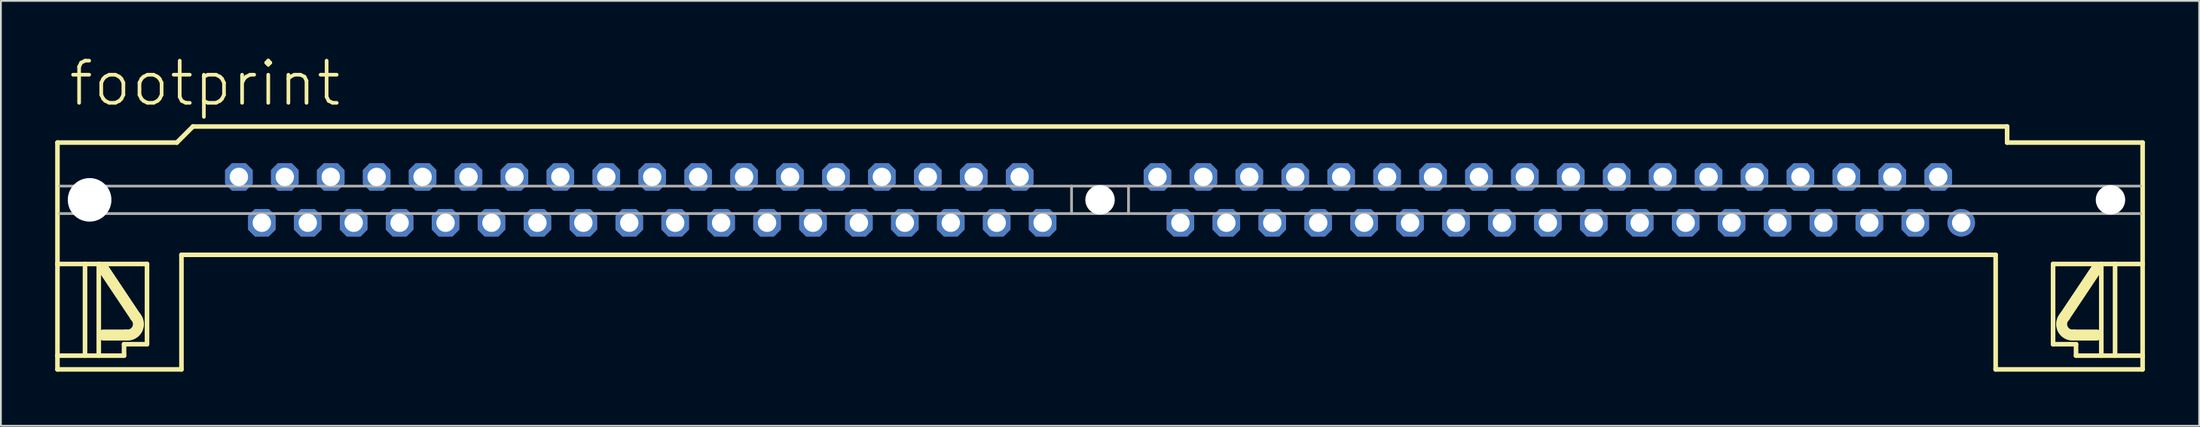
<source format=kicad_pcb>
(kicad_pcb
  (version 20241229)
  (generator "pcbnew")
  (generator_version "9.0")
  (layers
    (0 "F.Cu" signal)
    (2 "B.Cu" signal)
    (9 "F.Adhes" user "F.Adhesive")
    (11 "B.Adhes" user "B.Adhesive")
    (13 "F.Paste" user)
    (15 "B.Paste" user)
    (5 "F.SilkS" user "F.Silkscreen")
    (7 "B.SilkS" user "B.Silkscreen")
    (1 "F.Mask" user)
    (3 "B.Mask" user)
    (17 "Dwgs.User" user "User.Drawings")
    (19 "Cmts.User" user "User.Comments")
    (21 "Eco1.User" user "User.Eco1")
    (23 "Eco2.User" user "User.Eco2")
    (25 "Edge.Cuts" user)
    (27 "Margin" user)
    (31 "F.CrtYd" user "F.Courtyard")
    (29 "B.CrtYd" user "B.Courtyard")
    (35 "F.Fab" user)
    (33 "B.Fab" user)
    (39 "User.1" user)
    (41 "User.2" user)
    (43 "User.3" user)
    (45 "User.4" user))
  (footprint "footprint"
    (layer "F.Cu")
    (at 57.785 8.026)
    (property "Reference" "footprint" (at -57.15 -5.08 0) (layer "F.SilkS") (effects (font (size 2.337 2.337) (thickness 0.203)) (justify left bottom)))
    (fp_line (start -57.658 -3.175) (end -51.054 -3.175) (stroke (width 0.254) (type solid)) (layer "F.SilkS"))
    (fp_line (start -57.658 3.556) (end -57.658 -3.175) (stroke (width 0.254) (type solid)) (layer "F.SilkS"))
    (fp_line (start -57.658 3.556) (end -56.134 3.556) (stroke (width 0.254) (type solid)) (layer "F.SilkS"))
    (fp_line (start -57.658 8.636) (end -57.658 3.556) (stroke (width 0.254) (type solid)) (layer "F.SilkS"))
    (fp_line (start -57.658 8.636) (end -56.134 8.636) (stroke (width 0.254) (type solid)) (layer "F.SilkS"))
    (fp_line (start -57.658 9.398) (end -57.658 8.636) (stroke (width 0.254) (type solid)) (layer "F.SilkS"))
    (fp_line (start -57.658 9.398) (end -50.8 9.398) (stroke (width 0.254) (type solid)) (layer "F.SilkS"))
    (fp_line (start -56.134 3.556) (end -55.372 3.556) (stroke (width 0.254) (type solid)) (layer "F.SilkS"))
    (fp_line (start -56.134 8.636) (end -56.134 3.556) (stroke (width 0.254) (type solid)) (layer "F.SilkS"))
    (fp_line (start -56.134 8.636) (end -55.372 8.636) (stroke (width 0.254) (type solid)) (layer "F.SilkS"))
    (fp_line (start -55.372 3.556) (end -52.705 3.556) (stroke (width 0.254) (type solid)) (layer "F.SilkS"))
    (fp_line (start -55.372 8.636) (end -55.372 3.556) (stroke (width 0.254) (type solid)) (layer "F.SilkS"))
    (fp_line (start -55.372 8.636) (end -53.975 8.636) (stroke (width 0.254) (type solid)) (layer "F.SilkS"))
    (fp_line (start -53.975 8.001) (end -53.975 8.636) (stroke (width 0.254) (type solid)) (layer "F.SilkS"))
    (fp_line (start -53.848 7.493) (end -55.118 7.493) (stroke (width 0.61) (type solid)) (layer "F.SilkS"))
    (fp_line (start -53.34 6.477) (end -55.118 3.81) (stroke (width 0.61) (type solid)) (layer "F.SilkS"))
    (fp_line (start -52.705 3.556) (end -52.705 8.001) (stroke (width 0.254) (type solid)) (layer "F.SilkS"))
    (fp_line (start -52.705 8.001) (end -53.975 8.001) (stroke (width 0.254) (type solid)) (layer "F.SilkS"))
    (fp_line (start -51.054 -3.175) (end -50.165 -4.064) (stroke (width 0.254) (type solid)) (layer "F.SilkS"))
    (fp_line (start -50.8 3.048) (end -50.8 9.398) (stroke (width 0.254) (type solid)) (layer "F.SilkS"))
    (fp_line (start -50.8 3.048) (end 49.53 3.048) (stroke (width 0.254) (type solid)) (layer "F.SilkS"))
    (fp_line (start 49.53 3.048) (end 49.53 9.398) (stroke (width 0.254) (type solid)) (layer "F.SilkS"))
    (fp_line (start 50.165 -4.064) (end -50.165 -4.064) (stroke (width 0.254) (type solid)) (layer "F.SilkS"))
    (fp_line (start 50.165 -3.175) (end 50.165 -4.064) (stroke (width 0.254) (type solid)) (layer "F.SilkS"))
    (fp_line (start 52.705 3.556) (end 52.705 8.001) (stroke (width 0.254) (type solid)) (layer "F.SilkS"))
    (fp_line (start 52.705 8.001) (end 53.975 8.001) (stroke (width 0.254) (type solid)) (layer "F.SilkS"))
    (fp_line (start 53.34 6.477) (end 55.118 3.81) (stroke (width 0.61) (type solid)) (layer "F.SilkS"))
    (fp_line (start 53.848 7.493) (end 55.118 7.493) (stroke (width 0.61) (type solid)) (layer "F.SilkS"))
    (fp_line (start 53.975 8.001) (end 53.975 8.636) (stroke (width 0.254) (type solid)) (layer "F.SilkS"))
    (fp_line (start 55.372 3.556) (end 52.705 3.556) (stroke (width 0.254) (type solid)) (layer "F.SilkS"))
    (fp_line (start 55.372 8.636) (end 53.975 8.636) (stroke (width 0.254) (type solid)) (layer "F.SilkS"))
    (fp_line (start 55.372 8.636) (end 55.372 3.556) (stroke (width 0.254) (type solid)) (layer "F.SilkS"))
    (fp_line (start 56.134 3.556) (end 55.372 3.556) (stroke (width 0.254) (type solid)) (layer "F.SilkS"))
    (fp_line (start 56.134 8.636) (end 55.372 8.636) (stroke (width 0.254) (type solid)) (layer "F.SilkS"))
    (fp_line (start 56.134 8.636) (end 56.134 3.556) (stroke (width 0.254) (type solid)) (layer "F.SilkS"))
    (fp_line (start 57.658 -3.175) (end 50.165 -3.175) (stroke (width 0.254) (type solid)) (layer "F.SilkS"))
    (fp_line (start 57.658 3.556) (end 56.134 3.556) (stroke (width 0.254) (type solid)) (layer "F.SilkS"))
    (fp_line (start 57.658 3.556) (end 57.658 -3.175) (stroke (width 0.254) (type solid)) (layer "F.SilkS"))
    (fp_line (start 57.658 8.636) (end 56.134 8.636) (stroke (width 0.254) (type solid)) (layer "F.SilkS"))
    (fp_line (start 57.658 8.636) (end 57.658 3.556) (stroke (width 0.254) (type solid)) (layer "F.SilkS"))
    (fp_line (start 57.658 9.398) (end 49.53 9.398) (stroke (width 0.254) (type solid)) (layer "F.SilkS"))
    (fp_line (start 57.658 9.398) (end 57.658 8.636) (stroke (width 0.254) (type solid)) (layer "F.SilkS"))
    (fp_arc (start -53.3399 6.476899) (mid -53.241891 7.160996) (end -53.848 7.493) (stroke (width 0.6096) (type solid)) (layer "F.SilkS"))
    (fp_arc (start 53.848 7.492899) (mid 53.242003 7.160965) (end 53.34 6.477) (stroke (width 0.6096) (type solid)) (layer "F.SilkS"))
    (fp_line (start -57.531 -0.762) (end -1.575 -0.762) (stroke (width 0.152) (type solid)) (layer "F.Fab"))
    (fp_line (start -57.531 0.762) (end -1.575 0.762) (stroke (width 0.152) (type solid)) (layer "F.Fab"))
    (fp_line (start -1.575 -0.762) (end 1.575 -0.762) (stroke (width 0.152) (type solid)) (layer "F.Fab"))
    (fp_line (start -1.575 0.762) (end -1.575 -0.762) (stroke (width 0.152) (type solid)) (layer "F.Fab"))
    (fp_line (start -1.575 0.762) (end 1.575 0.762) (stroke (width 0.152) (type solid)) (layer "F.Fab"))
    (fp_line (start 1.575 0.762) (end 1.575 -0.762) (stroke (width 0.152) (type solid)) (layer "F.Fab"))
    (fp_line (start 57.531 -0.762) (end 1.575 -0.762) (stroke (width 0.152) (type solid)) (layer "F.Fab"))
    (fp_line (start 57.531 0.762) (end 1.575 0.762) (stroke (width 0.152) (type solid)) (layer "F.Fab"))
    (pad "" np_thru_hole circle (at -55.88 0) (size 2.413 2.413) (drill 2.413) (layers "*.Cu" "*.Mask"))
    (pad "" np_thru_hole circle (at 0 0) (size 1.626 1.626) (drill 1.626) (layers "*.Cu" "*.Mask"))
    (pad "" np_thru_hole circle (at 55.88 0) (size 1.626 1.626) (drill 1.626) (layers "*.Cu" "*.Mask"))
    (pad "1" thru_hole circle (at 47.625 1.27) (size 1.524 1.524) (drill 1.016) (layers "*.Cu" "*.Mask"))
    (pad "2" thru_hole roundrect (at 46.355 -1.27) (size 1.524 1.524) (drill 1.016) (layers "*.Cu" "*.Mask") (roundrect_rratio 0.25) (chamfer_ratio 0.25) (chamfer top_left top_right bottom_left bottom_right))
    (pad "3" thru_hole roundrect (at 45.085 1.27) (size 1.524 1.524) (drill 1.016) (layers "*.Cu" "*.Mask") (roundrect_rratio 0.25) (chamfer_ratio 0.25) (chamfer top_left top_right bottom_left bottom_right))
    (pad "4" thru_hole roundrect (at 43.815 -1.27) (size 1.524 1.524) (drill 1.016) (layers "*.Cu" "*.Mask") (roundrect_rratio 0.25) (chamfer_ratio 0.25) (chamfer top_left top_right bottom_left bottom_right))
    (pad "5" thru_hole roundrect (at 42.545 1.27) (size 1.524 1.524) (drill 1.016) (layers "*.Cu" "*.Mask") (roundrect_rratio 0.25) (chamfer_ratio 0.25) (chamfer top_left top_right bottom_left bottom_right))
    (pad "6" thru_hole roundrect (at 41.275 -1.27) (size 1.524 1.524) (drill 1.016) (layers "*.Cu" "*.Mask") (roundrect_rratio 0.25) (chamfer_ratio 0.25) (chamfer top_left top_right bottom_left bottom_right))
    (pad "7" thru_hole roundrect (at 40.005 1.27) (size 1.524 1.524) (drill 1.016) (layers "*.Cu" "*.Mask") (roundrect_rratio 0.25) (chamfer_ratio 0.25) (chamfer top_left top_right bottom_left bottom_right))
    (pad "8" thru_hole roundrect (at 38.735 -1.27) (size 1.524 1.524) (drill 1.016) (layers "*.Cu" "*.Mask") (roundrect_rratio 0.25) (chamfer_ratio 0.25) (chamfer top_left top_right bottom_left bottom_right))
    (pad "9" thru_hole roundrect (at 37.465 1.27) (size 1.524 1.524) (drill 1.016) (layers "*.Cu" "*.Mask") (roundrect_rratio 0.25) (chamfer_ratio 0.25) (chamfer top_left top_right bottom_left bottom_right))
    (pad "10" thru_hole roundrect (at 36.195 -1.27) (size 1.524 1.524) (drill 1.016) (layers "*.Cu" "*.Mask") (roundrect_rratio 0.25) (chamfer_ratio 0.25) (chamfer top_left top_right bottom_left bottom_right))
    (pad "11" thru_hole roundrect (at 34.925 1.27) (size 1.524 1.524) (drill 1.016) (layers "*.Cu" "*.Mask") (roundrect_rratio 0.25) (chamfer_ratio 0.25) (chamfer top_left top_right bottom_left bottom_right))
    (pad "12" thru_hole roundrect (at 33.655 -1.27) (size 1.524 1.524) (drill 1.016) (layers "*.Cu" "*.Mask") (roundrect_rratio 0.25) (chamfer_ratio 0.25) (chamfer top_left top_right bottom_left bottom_right))
    (pad "13" thru_hole roundrect (at 32.385 1.27) (size 1.524 1.524) (drill 1.016) (layers "*.Cu" "*.Mask") (roundrect_rratio 0.25) (chamfer_ratio 0.25) (chamfer top_left top_right bottom_left bottom_right))
    (pad "14" thru_hole roundrect (at 31.115 -1.27) (size 1.524 1.524) (drill 1.016) (layers "*.Cu" "*.Mask") (roundrect_rratio 0.25) (chamfer_ratio 0.25) (chamfer top_left top_right bottom_left bottom_right))
    (pad "15" thru_hole roundrect (at 29.845 1.27) (size 1.524 1.524) (drill 1.016) (layers "*.Cu" "*.Mask") (roundrect_rratio 0.25) (chamfer_ratio 0.25) (chamfer top_left top_right bottom_left bottom_right))
    (pad "16" thru_hole roundrect (at 28.575 -1.27) (size 1.524 1.524) (drill 1.016) (layers "*.Cu" "*.Mask") (roundrect_rratio 0.25) (chamfer_ratio 0.25) (chamfer top_left top_right bottom_left bottom_right))
    (pad "17" thru_hole roundrect (at 27.305 1.27) (size 1.524 1.524) (drill 1.016) (layers "*.Cu" "*.Mask") (roundrect_rratio 0.25) (chamfer_ratio 0.25) (chamfer top_left top_right bottom_left bottom_right))
    (pad "18" thru_hole roundrect (at 26.035 -1.27) (size 1.524 1.524) (drill 1.016) (layers "*.Cu" "*.Mask") (roundrect_rratio 0.25) (chamfer_ratio 0.25) (chamfer top_left top_right bottom_left bottom_right))
    (pad "19" thru_hole roundrect (at 24.765 1.27) (size 1.524 1.524) (drill 1.016) (layers "*.Cu" "*.Mask") (roundrect_rratio 0.25) (chamfer_ratio 0.25) (chamfer top_left top_right bottom_left bottom_right))
    (pad "20" thru_hole roundrect (at 23.495 -1.27) (size 1.524 1.524) (drill 1.016) (layers "*.Cu" "*.Mask") (roundrect_rratio 0.25) (chamfer_ratio 0.25) (chamfer top_left top_right bottom_left bottom_right))
    (pad "21" thru_hole roundrect (at 22.225 1.27) (size 1.524 1.524) (drill 1.016) (layers "*.Cu" "*.Mask") (roundrect_rratio 0.25) (chamfer_ratio 0.25) (chamfer top_left top_right bottom_left bottom_right))
    (pad "22" thru_hole roundrect (at 20.955 -1.27) (size 1.524 1.524) (drill 1.016) (layers "*.Cu" "*.Mask") (roundrect_rratio 0.25) (chamfer_ratio 0.25) (chamfer top_left top_right bottom_left bottom_right))
    (pad "23" thru_hole roundrect (at 19.685 1.27) (size 1.524 1.524) (drill 1.016) (layers "*.Cu" "*.Mask") (roundrect_rratio 0.25) (chamfer_ratio 0.25) (chamfer top_left top_right bottom_left bottom_right))
    (pad "24" thru_hole roundrect (at 18.415 -1.27) (size 1.524 1.524) (drill 1.016) (layers "*.Cu" "*.Mask") (roundrect_rratio 0.25) (chamfer_ratio 0.25) (chamfer top_left top_right bottom_left bottom_right))
    (pad "25" thru_hole roundrect (at 17.145 1.27) (size 1.524 1.524) (drill 1.016) (layers "*.Cu" "*.Mask") (roundrect_rratio 0.25) (chamfer_ratio 0.25) (chamfer top_left top_right bottom_left bottom_right))
    (pad "26" thru_hole roundrect (at 15.875 -1.27) (size 1.524 1.524) (drill 1.016) (layers "*.Cu" "*.Mask") (roundrect_rratio 0.25) (chamfer_ratio 0.25) (chamfer top_left top_right bottom_left bottom_right))
    (pad "27" thru_hole roundrect (at 14.605 1.27) (size 1.524 1.524) (drill 1.016) (layers "*.Cu" "*.Mask") (roundrect_rratio 0.25) (chamfer_ratio 0.25) (chamfer top_left top_right bottom_left bottom_right))
    (pad "28" thru_hole roundrect (at 13.335 -1.27) (size 1.524 1.524) (drill 1.016) (layers "*.Cu" "*.Mask") (roundrect_rratio 0.25) (chamfer_ratio 0.25) (chamfer top_left top_right bottom_left bottom_right))
    (pad "29" thru_hole roundrect (at 12.065 1.27) (size 1.524 1.524) (drill 1.016) (layers "*.Cu" "*.Mask") (roundrect_rratio 0.25) (chamfer_ratio 0.25) (chamfer top_left top_right bottom_left bottom_right))
    (pad "30" thru_hole roundrect (at 10.795 -1.27) (size 1.524 1.524) (drill 1.016) (layers "*.Cu" "*.Mask") (roundrect_rratio 0.25) (chamfer_ratio 0.25) (chamfer top_left top_right bottom_left bottom_right))
    (pad "31" thru_hole roundrect (at 9.525 1.27) (size 1.524 1.524) (drill 1.016) (layers "*.Cu" "*.Mask") (roundrect_rratio 0.25) (chamfer_ratio 0.25) (chamfer top_left top_right bottom_left bottom_right))
    (pad "32" thru_hole roundrect (at 8.255 -1.27) (size 1.524 1.524) (drill 1.016) (layers "*.Cu" "*.Mask") (roundrect_rratio 0.25) (chamfer_ratio 0.25) (chamfer top_left top_right bottom_left bottom_right))
    (pad "33" thru_hole roundrect (at 6.985 1.27) (size 1.524 1.524) (drill 1.016) (layers "*.Cu" "*.Mask") (roundrect_rratio 0.25) (chamfer_ratio 0.25) (chamfer top_left top_right bottom_left bottom_right))
    (pad "34" thru_hole roundrect (at 5.715 -1.27) (size 1.524 1.524) (drill 1.016) (layers "*.Cu" "*.Mask") (roundrect_rratio 0.25) (chamfer_ratio 0.25) (chamfer top_left top_right bottom_left bottom_right))
    (pad "35" thru_hole roundrect (at 4.445 1.27) (size 1.524 1.524) (drill 1.016) (layers "*.Cu" "*.Mask") (roundrect_rratio 0.25) (chamfer_ratio 0.25) (chamfer top_left top_right bottom_left bottom_right))
    (pad "36" thru_hole roundrect (at 3.175 -1.27) (size 1.524 1.524) (drill 1.016) (layers "*.Cu" "*.Mask") (roundrect_rratio 0.25) (chamfer_ratio 0.25) (chamfer top_left top_right bottom_left bottom_right))
    (pad "37" thru_hole roundrect (at -3.175 1.27) (size 1.524 1.524) (drill 1.016) (layers "*.Cu" "*.Mask") (roundrect_rratio 0.25) (chamfer_ratio 0.25) (chamfer top_left top_right bottom_left bottom_right))
    (pad "38" thru_hole roundrect (at -4.445 -1.27) (size 1.524 1.524) (drill 1.016) (layers "*.Cu" "*.Mask") (roundrect_rratio 0.25) (chamfer_ratio 0.25) (chamfer top_left top_right bottom_left bottom_right))
    (pad "39" thru_hole roundrect (at -5.715 1.27) (size 1.524 1.524) (drill 1.016) (layers "*.Cu" "*.Mask") (roundrect_rratio 0.25) (chamfer_ratio 0.25) (chamfer top_left top_right bottom_left bottom_right))
    (pad "40" thru_hole roundrect (at -6.985 -1.27) (size 1.524 1.524) (drill 1.016) (layers "*.Cu" "*.Mask") (roundrect_rratio 0.25) (chamfer_ratio 0.25) (chamfer top_left top_right bottom_left bottom_right))
    (pad "41" thru_hole roundrect (at -8.255 1.27) (size 1.524 1.524) (drill 1.016) (layers "*.Cu" "*.Mask") (roundrect_rratio 0.25) (chamfer_ratio 0.25) (chamfer top_left top_right bottom_left bottom_right))
    (pad "42" thru_hole roundrect (at -9.525 -1.27) (size 1.524 1.524) (drill 1.016) (layers "*.Cu" "*.Mask") (roundrect_rratio 0.25) (chamfer_ratio 0.25) (chamfer top_left top_right bottom_left bottom_right))
    (pad "43" thru_hole roundrect (at -10.795 1.27) (size 1.524 1.524) (drill 1.016) (layers "*.Cu" "*.Mask") (roundrect_rratio 0.25) (chamfer_ratio 0.25) (chamfer top_left top_right bottom_left bottom_right))
    (pad "44" thru_hole roundrect (at -12.065 -1.27) (size 1.524 1.524) (drill 1.016) (layers "*.Cu" "*.Mask") (roundrect_rratio 0.25) (chamfer_ratio 0.25) (chamfer top_left top_right bottom_left bottom_right))
    (pad "45" thru_hole roundrect (at -13.335 1.27) (size 1.524 1.524) (drill 1.016) (layers "*.Cu" "*.Mask") (roundrect_rratio 0.25) (chamfer_ratio 0.25) (chamfer top_left top_right bottom_left bottom_right))
    (pad "46" thru_hole roundrect (at -14.605 -1.27) (size 1.524 1.524) (drill 1.016) (layers "*.Cu" "*.Mask") (roundrect_rratio 0.25) (chamfer_ratio 0.25) (chamfer top_left top_right bottom_left bottom_right))
    (pad "47" thru_hole roundrect (at -15.875 1.27) (size 1.524 1.524) (drill 1.016) (layers "*.Cu" "*.Mask") (roundrect_rratio 0.25) (chamfer_ratio 0.25) (chamfer top_left top_right bottom_left bottom_right))
    (pad "48" thru_hole roundrect (at -17.145 -1.27) (size 1.524 1.524) (drill 1.016) (layers "*.Cu" "*.Mask") (roundrect_rratio 0.25) (chamfer_ratio 0.25) (chamfer top_left top_right bottom_left bottom_right))
    (pad "49" thru_hole roundrect (at -18.415 1.27) (size 1.524 1.524) (drill 1.016) (layers "*.Cu" "*.Mask") (roundrect_rratio 0.25) (chamfer_ratio 0.25) (chamfer top_left top_right bottom_left bottom_right))
    (pad "50" thru_hole roundrect (at -19.685 -1.27) (size 1.524 1.524) (drill 1.016) (layers "*.Cu" "*.Mask") (roundrect_rratio 0.25) (chamfer_ratio 0.25) (chamfer top_left top_right bottom_left bottom_right))
    (pad "51" thru_hole roundrect (at -20.955 1.27) (size 1.524 1.524) (drill 1.016) (layers "*.Cu" "*.Mask") (roundrect_rratio 0.25) (chamfer_ratio 0.25) (chamfer top_left top_right bottom_left bottom_right))
    (pad "52" thru_hole roundrect (at -22.225 -1.27) (size 1.524 1.524) (drill 1.016) (layers "*.Cu" "*.Mask") (roundrect_rratio 0.25) (chamfer_ratio 0.25) (chamfer top_left top_right bottom_left bottom_right))
    (pad "53" thru_hole roundrect (at -23.495 1.27) (size 1.524 1.524) (drill 1.016) (layers "*.Cu" "*.Mask") (roundrect_rratio 0.25) (chamfer_ratio 0.25) (chamfer top_left top_right bottom_left bottom_right))
    (pad "54" thru_hole roundrect (at -24.765 -1.27) (size 1.524 1.524) (drill 1.016) (layers "*.Cu" "*.Mask") (roundrect_rratio 0.25) (chamfer_ratio 0.25) (chamfer top_left top_right bottom_left bottom_right))
    (pad "55" thru_hole roundrect (at -26.035 1.27) (size 1.524 1.524) (drill 1.016) (layers "*.Cu" "*.Mask") (roundrect_rratio 0.25) (chamfer_ratio 0.25) (chamfer top_left top_right bottom_left bottom_right))
    (pad "56" thru_hole roundrect (at -27.305 -1.27) (size 1.524 1.524) (drill 1.016) (layers "*.Cu" "*.Mask") (roundrect_rratio 0.25) (chamfer_ratio 0.25) (chamfer top_left top_right bottom_left bottom_right))
    (pad "57" thru_hole roundrect (at -28.575 1.27) (size 1.524 1.524) (drill 1.016) (layers "*.Cu" "*.Mask") (roundrect_rratio 0.25) (chamfer_ratio 0.25) (chamfer top_left top_right bottom_left bottom_right))
    (pad "58" thru_hole roundrect (at -29.845 -1.27) (size 1.524 1.524) (drill 1.016) (layers "*.Cu" "*.Mask") (roundrect_rratio 0.25) (chamfer_ratio 0.25) (chamfer top_left top_right bottom_left bottom_right))
    (pad "59" thru_hole roundrect (at -31.115 1.27) (size 1.524 1.524) (drill 1.016) (layers "*.Cu" "*.Mask") (roundrect_rratio 0.25) (chamfer_ratio 0.25) (chamfer top_left top_right bottom_left bottom_right))
    (pad "60" thru_hole roundrect (at -32.385 -1.27) (size 1.524 1.524) (drill 1.016) (layers "*.Cu" "*.Mask") (roundrect_rratio 0.25) (chamfer_ratio 0.25) (chamfer top_left top_right bottom_left bottom_right))
    (pad "61" thru_hole roundrect (at -33.655 1.27) (size 1.524 1.524) (drill 1.016) (layers "*.Cu" "*.Mask") (roundrect_rratio 0.25) (chamfer_ratio 0.25) (chamfer top_left top_right bottom_left bottom_right))
    (pad "62" thru_hole roundrect (at -34.925 -1.27) (size 1.524 1.524) (drill 1.016) (layers "*.Cu" "*.Mask") (roundrect_rratio 0.25) (chamfer_ratio 0.25) (chamfer top_left top_right bottom_left bottom_right))
    (pad "63" thru_hole roundrect (at -36.195 1.27) (size 1.524 1.524) (drill 1.016) (layers "*.Cu" "*.Mask") (roundrect_rratio 0.25) (chamfer_ratio 0.25) (chamfer top_left top_right bottom_left bottom_right))
    (pad "64" thru_hole roundrect (at -37.465 -1.27) (size 1.524 1.524) (drill 1.016) (layers "*.Cu" "*.Mask") (roundrect_rratio 0.25) (chamfer_ratio 0.25) (chamfer top_left top_right bottom_left bottom_right))
    (pad "65" thru_hole roundrect (at -38.735 1.27) (size 1.524 1.524) (drill 1.016) (layers "*.Cu" "*.Mask") (roundrect_rratio 0.25) (chamfer_ratio 0.25) (chamfer top_left top_right bottom_left bottom_right))
    (pad "66" thru_hole roundrect (at -40.005 -1.27) (size 1.524 1.524) (drill 1.016) (layers "*.Cu" "*.Mask") (roundrect_rratio 0.25) (chamfer_ratio 0.25) (chamfer top_left top_right bottom_left bottom_right))
    (pad "67" thru_hole roundrect (at -41.275 1.27) (size 1.524 1.524) (drill 1.016) (layers "*.Cu" "*.Mask") (roundrect_rratio 0.25) (chamfer_ratio 0.25) (chamfer top_left top_right bottom_left bottom_right))
    (pad "68" thru_hole roundrect (at -42.545 -1.27) (size 1.524 1.524) (drill 1.016) (layers "*.Cu" "*.Mask") (roundrect_rratio 0.25) (chamfer_ratio 0.25) (chamfer top_left top_right bottom_left bottom_right))
    (pad "69" thru_hole roundrect (at -43.815 1.27) (size 1.524 1.524) (drill 1.016) (layers "*.Cu" "*.Mask") (roundrect_rratio 0.25) (chamfer_ratio 0.25) (chamfer top_left top_right bottom_left bottom_right))
    (pad "70" thru_hole roundrect (at -45.085 -1.27) (size 1.524 1.524) (drill 1.016) (layers "*.Cu" "*.Mask") (roundrect_rratio 0.25) (chamfer_ratio 0.25) (chamfer top_left top_right bottom_left bottom_right))
    (pad "71" thru_hole roundrect (at -46.355 1.27) (size 1.524 1.524) (drill 1.016) (layers "*.Cu" "*.Mask") (roundrect_rratio 0.25) (chamfer_ratio 0.25) (chamfer top_left top_right bottom_left bottom_right))
    (pad "72" thru_hole roundrect (at -47.625 -1.27) (size 1.524 1.524) (drill 1.016) (layers "*.Cu" "*.Mask") (roundrect_rratio 0.25) (chamfer_ratio 0.25) (chamfer top_left top_right bottom_left bottom_right)))
  (gr_rect
    (start -3 -3)
    (end 118.57 20.551)
    (stroke (width 0.1) (type default))
    (fill no)
    (layer "Edge.Cuts")))
</source>
